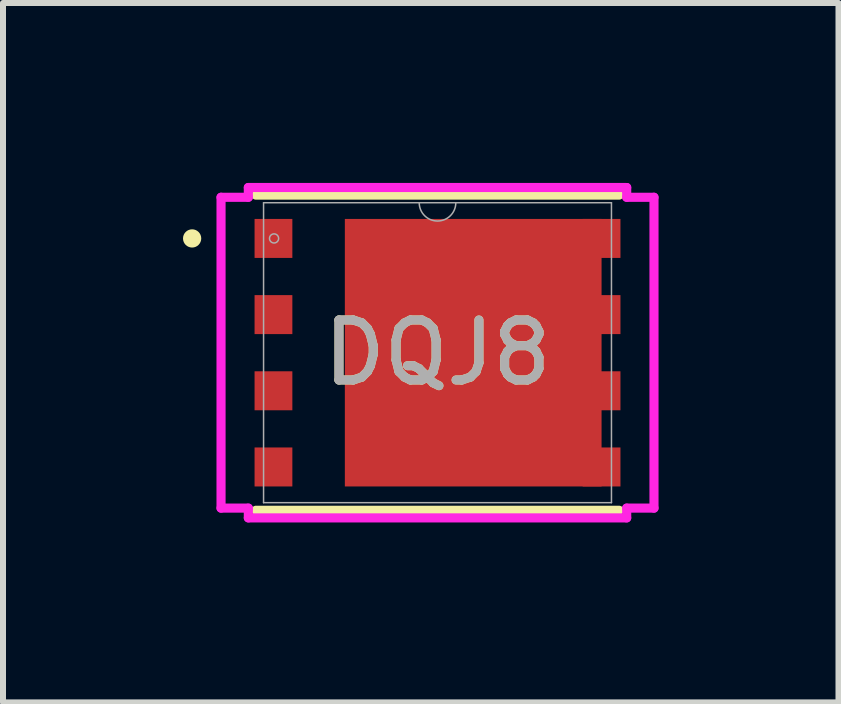
<source format=kicad_pcb>
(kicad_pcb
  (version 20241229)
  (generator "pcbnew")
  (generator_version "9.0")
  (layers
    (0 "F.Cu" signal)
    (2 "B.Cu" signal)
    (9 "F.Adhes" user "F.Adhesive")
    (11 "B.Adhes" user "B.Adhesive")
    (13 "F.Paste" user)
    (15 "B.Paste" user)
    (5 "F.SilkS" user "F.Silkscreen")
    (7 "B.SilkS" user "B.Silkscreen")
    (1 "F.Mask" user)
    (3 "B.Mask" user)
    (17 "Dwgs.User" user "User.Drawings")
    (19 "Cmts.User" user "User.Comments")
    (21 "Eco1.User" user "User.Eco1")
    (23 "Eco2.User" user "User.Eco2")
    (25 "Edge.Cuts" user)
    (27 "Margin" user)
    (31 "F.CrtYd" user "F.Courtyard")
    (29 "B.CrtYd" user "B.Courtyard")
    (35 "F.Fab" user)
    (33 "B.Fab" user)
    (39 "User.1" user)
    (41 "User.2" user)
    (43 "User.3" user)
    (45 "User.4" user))
  (footprint "DQJ8"
    (layer "F.Cu")
    (at 4.244 2.83)
    (property "Reference" "DQJ8" (at 0 0 0) (unlocked yes) (layer "F.SilkS") (effects (font (size 1 1) (thickness 0.15))))
    (attr smd)
    (fp_poly (pts (xy -3.12 -2.3) (xy -3.12 -1.51) (xy -2.35 -1.51) (xy -2.35 -2.3)) (stroke (width 0) (type solid)) (fill yes) (layer "F.Mask"))
    (fp_poly (pts (xy -3.12 -1.03) (xy -3.12 -0.24) (xy -2.35 -0.24) (xy -2.35 -1.03)) (stroke (width 0) (type solid)) (fill yes) (layer "F.Mask"))
    (fp_poly (pts (xy -3.12 0.24) (xy -3.12 1.03) (xy -2.35 1.03) (xy -2.35 0.24)) (stroke (width 0) (type solid)) (fill yes) (layer "F.Mask"))
    (fp_poly (pts (xy -3.12 1.51) (xy -3.12 2.3) (xy -2.35 2.3) (xy -2.35 1.51)) (stroke (width 0) (type solid)) (fill yes) (layer "F.Mask"))
    (fp_poly (pts (xy 2.35 -2.3) (xy 2.35 -1.51) (xy 3.12 -1.51) (xy 3.12 -2.3)) (stroke (width 0) (type solid)) (fill yes) (layer "F.Mask"))
    (fp_poly (pts (xy 2.35 -1.03) (xy 2.35 -0.24) (xy 3.12 -0.24) (xy 3.12 -1.03)) (stroke (width 0) (type solid)) (fill yes) (layer "F.Mask"))
    (fp_poly (pts (xy 2.35 0.24) (xy 2.35 1.03) (xy 3.12 1.03) (xy 3.12 0.24)) (stroke (width 0) (type solid)) (fill yes) (layer "F.Mask"))
    (fp_poly (pts (xy 2.35 1.51) (xy 2.35 2.3) (xy 3.12 2.3) (xy 3.12 1.51)) (stroke (width 0) (type solid)) (fill yes) (layer "F.Mask"))
    (fp_poly (pts (xy 2.745 -2.23) (xy -1.545 -2.23) (xy -1.545 0) (xy 2.745 0)) (stroke (width 0) (type solid)) (fill yes) (layer "F.Mask"))
    (fp_poly (pts (xy 2.745 2.23) (xy -1.545 2.23) (xy -1.545 0) (xy 2.745 0)) (stroke (width 0) (type solid)) (fill yes) (layer "F.Mask"))
    (fp_line (start -3.027 2.627) (end 3.027 2.627) (stroke (width 0.152) (type solid)) (layer "F.SilkS"))
    (fp_line (start 3.027 -2.627) (end -3.027 -2.627) (stroke (width 0.152) (type solid)) (layer "F.SilkS"))
    (fp_circle (center -4.091 -1.905) (end -4.015 -1.905) (stroke (width 0.152) (type solid)) (fill no) (layer "F.SilkS"))
    (fp_poly (pts (xy -0.18 -0.31) (xy -1.415 -0.31) (xy -1.415 -1.88) (xy -0.18 -1.88)) (stroke (width 0) (type solid)) (fill yes) (layer "F.Paste"))
    (fp_poly (pts (xy -0.18 0.31) (xy -1.415 0.31) (xy -1.415 1.88) (xy -0.18 1.88)) (stroke (width 0) (type solid)) (fill yes) (layer "F.Paste"))
    (fp_poly (pts (xy 0.32 -0.31) (xy 1.905 -0.31) (xy 1.905 -1.88) (xy 0.32 -1.88)) (stroke (width 0) (type solid)) (fill yes) (layer "F.Paste"))
    (fp_poly (pts (xy 0.32 0.31) (xy 1.905 0.31) (xy 1.905 1.88) (xy 0.32 1.88)) (stroke (width 0) (type solid)) (fill yes) (layer "F.Paste"))
    (fp_line (start -3.609 -2.591) (end -3.154 -2.591) (stroke (width 0.152) (type solid)) (layer "F.CrtYd"))
    (fp_line (start -3.609 2.591) (end -3.609 -2.591) (stroke (width 0.152) (type solid)) (layer "F.CrtYd"))
    (fp_line (start -3.609 2.591) (end -3.154 2.591) (stroke (width 0.152) (type solid)) (layer "F.CrtYd"))
    (fp_line (start -3.154 -2.754) (end 3.154 -2.754) (stroke (width 0.152) (type solid)) (layer "F.CrtYd"))
    (fp_line (start -3.154 -2.591) (end -3.154 -2.754) (stroke (width 0.152) (type solid)) (layer "F.CrtYd"))
    (fp_line (start -3.154 2.754) (end -3.154 2.591) (stroke (width 0.152) (type solid)) (layer "F.CrtYd"))
    (fp_line (start 3.154 -2.754) (end 3.154 -2.591) (stroke (width 0.152) (type solid)) (layer "F.CrtYd"))
    (fp_line (start 3.154 2.591) (end 3.154 2.754) (stroke (width 0.152) (type solid)) (layer "F.CrtYd"))
    (fp_line (start 3.154 2.754) (end -3.154 2.754) (stroke (width 0.152) (type solid)) (layer "F.CrtYd"))
    (fp_line (start 3.609 -2.591) (end 3.154 -2.591) (stroke (width 0.152) (type solid)) (layer "F.CrtYd"))
    (fp_line (start 3.609 -2.591) (end 3.609 2.591) (stroke (width 0.152) (type solid)) (layer "F.CrtYd"))
    (fp_line (start 3.609 2.591) (end 3.154 2.591) (stroke (width 0.152) (type solid)) (layer "F.CrtYd"))
    (fp_line (start -2.9 -2.5) (end -2.9 2.5) (stroke (width 0.025) (type solid)) (layer "F.Fab"))
    (fp_line (start -2.9 2.5) (end 2.9 2.5) (stroke (width 0.025) (type solid)) (layer "F.Fab"))
    (fp_line (start 2.9 -2.5) (end -2.9 -2.5) (stroke (width 0.025) (type solid)) (layer "F.Fab"))
    (fp_line (start 2.9 2.5) (end 2.9 -2.5) (stroke (width 0.025) (type solid)) (layer "F.Fab"))
    (fp_arc (start 0.3048 -2.5) (mid 0 -2.1952) (end -0.3048 -2.5) (stroke (width 0.0254) (type solid)) (layer "F.Fab"))
    (fp_circle (center -2.725 -1.905) (end -2.649 -1.905) (stroke (width 0.025) (type solid)) (fill no) (layer "F.Fab"))
    (fp_text user "${REFERENCE}" (at 0 0 0) (unlocked yes) (layer "F.Fab") (effects (font (size 1 1) (thickness 0.15))))
    (pad "1" smd rect (at -2.735 -1.905) (size 0.63 0.65) (layers "F.Cu" "F.Mask" "F.Paste"))
    (pad "2" smd rect (at -2.735 -0.635) (size 0.63 0.65) (layers "F.Cu" "F.Mask" "F.Paste"))
    (pad "3" smd rect (at -2.735 0.635) (size 0.63 0.65) (layers "F.Cu" "F.Mask" "F.Paste"))
    (pad "4" smd rect (at -2.735 1.905) (size 0.63 0.65) (layers "F.Cu" "F.Mask" "F.Paste"))
    (pad "5" smd rect (at 2.735 1.905) (size 0.63 0.65) (layers "F.Cu" "F.Mask" "F.Paste"))
    (pad "6" smd rect (at 2.735 0.635) (size 0.63 0.65) (layers "F.Cu" "F.Mask" "F.Paste"))
    (pad "7" smd rect (at 2.735 -0.635) (size 0.63 0.65) (layers "F.Cu" "F.Mask" "F.Paste"))
    (pad "8" smd rect (at 2.735 -1.905) (size 0.63 0.65) (layers "F.Cu" "F.Mask" "F.Paste"))
    (pad "9" smd rect (at 0.595 0.000001) (size 4.28 4.46) (layers "F.Cu" "F.Mask" "F.Paste")))
  (gr_rect
    (start -3 -3)
    (end 10.929 8.66)
    (stroke (width 0.1) (type default))
    (fill no)
    (layer "Edge.Cuts")))
</source>
